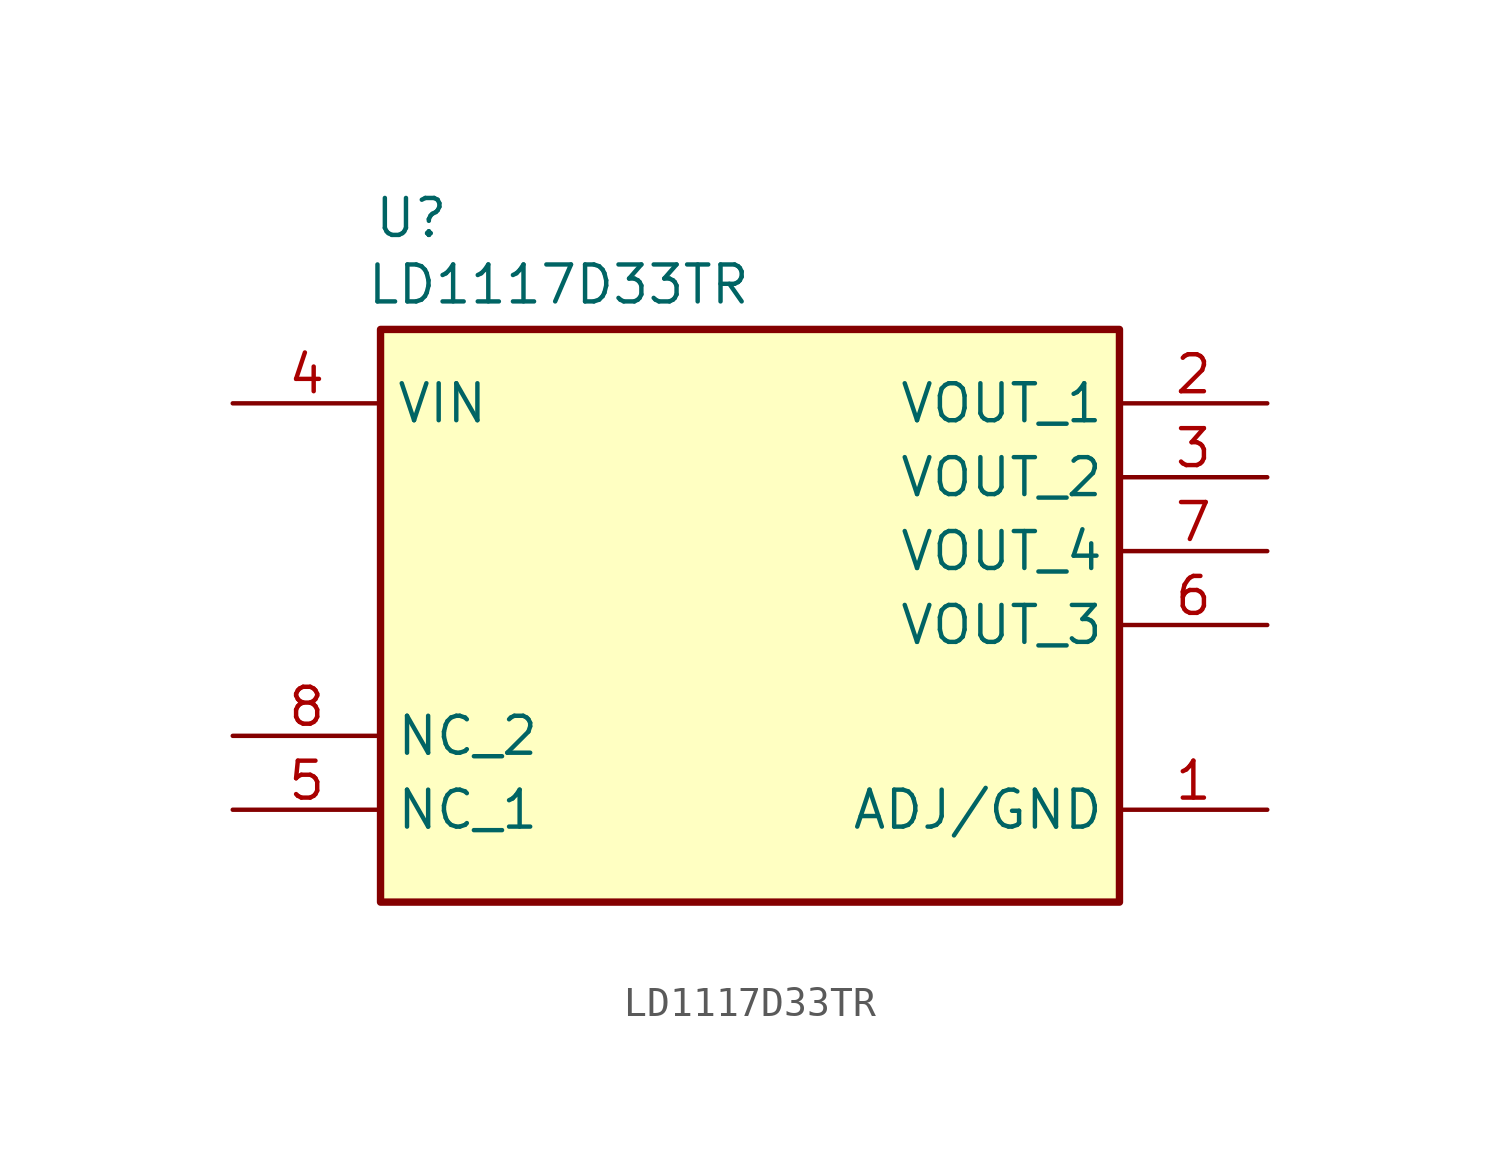
<source format=kicad_sym>
(kicad_symbol_lib
  (version 20231120)
  (generator "kicad_symbol_editor")
  (generator_version "8.0")
  (symbol "LD1117D33TR"
    (property "Reference" "U"
      (at 4.826 7.112 0)
      (effects (font (size 1.27 1.27)) (justify left top)))
    (property "Value" "LD1117D33TR"
      (at 4.572 4.826 0)
      (effects (font (size 1.27 1.27)) (justify left top)))
    (symbol "LD1117D33TR_1_1"
      (rectangle (start 5.08 2.54) (end 30.48 -17.145) (stroke (width 0.254) (type default)) (fill (type background)))
      (pin passive line (at 35.56 -13.97 180) (length 5.08) (name "ADJ/GND" (effects (font (size 1.27 1.27)))) (number "1" (effects (font (size 1.27 1.27)))))
      (pin passive line (at 35.56 0 180) (length 5.08) (name "VOUT_1" (effects (font (size 1.27 1.27)))) (number "2" (effects (font (size 1.27 1.27)))))
      (pin passive line (at 35.56 -2.54 180) (length 5.08) (name "VOUT_2" (effects (font (size 1.27 1.27)))) (number "3" (effects (font (size 1.27 1.27)))))
      (pin passive line (at 0 0 0) (length 5.08) (name "VIN" (effects (font (size 1.27 1.27)))) (number "4" (effects (font (size 1.27 1.27)))))
      (pin passive line (at 0 -13.97 0) (length 5.08) (name "NC_1" (effects (font (size 1.27 1.27)))) (number "5" (effects (font (size 1.27 1.27)))))
      (pin passive line (at 35.56 -7.62 180) (length 5.08) (name "VOUT_3" (effects (font (size 1.27 1.27)))) (number "6" (effects (font (size 1.27 1.27)))))
      (pin passive line (at 35.56 -5.08 180) (length 5.08) (name "VOUT_4" (effects (font (size 1.27 1.27)))) (number "7" (effects (font (size 1.27 1.27)))))
      (pin passive line (at 0 -11.43 0) (length 5.08) (name "NC_2" (effects (font (size 1.27 1.27)))) (number "8" (effects (font (size 1.27 1.27))))))))
</source>
